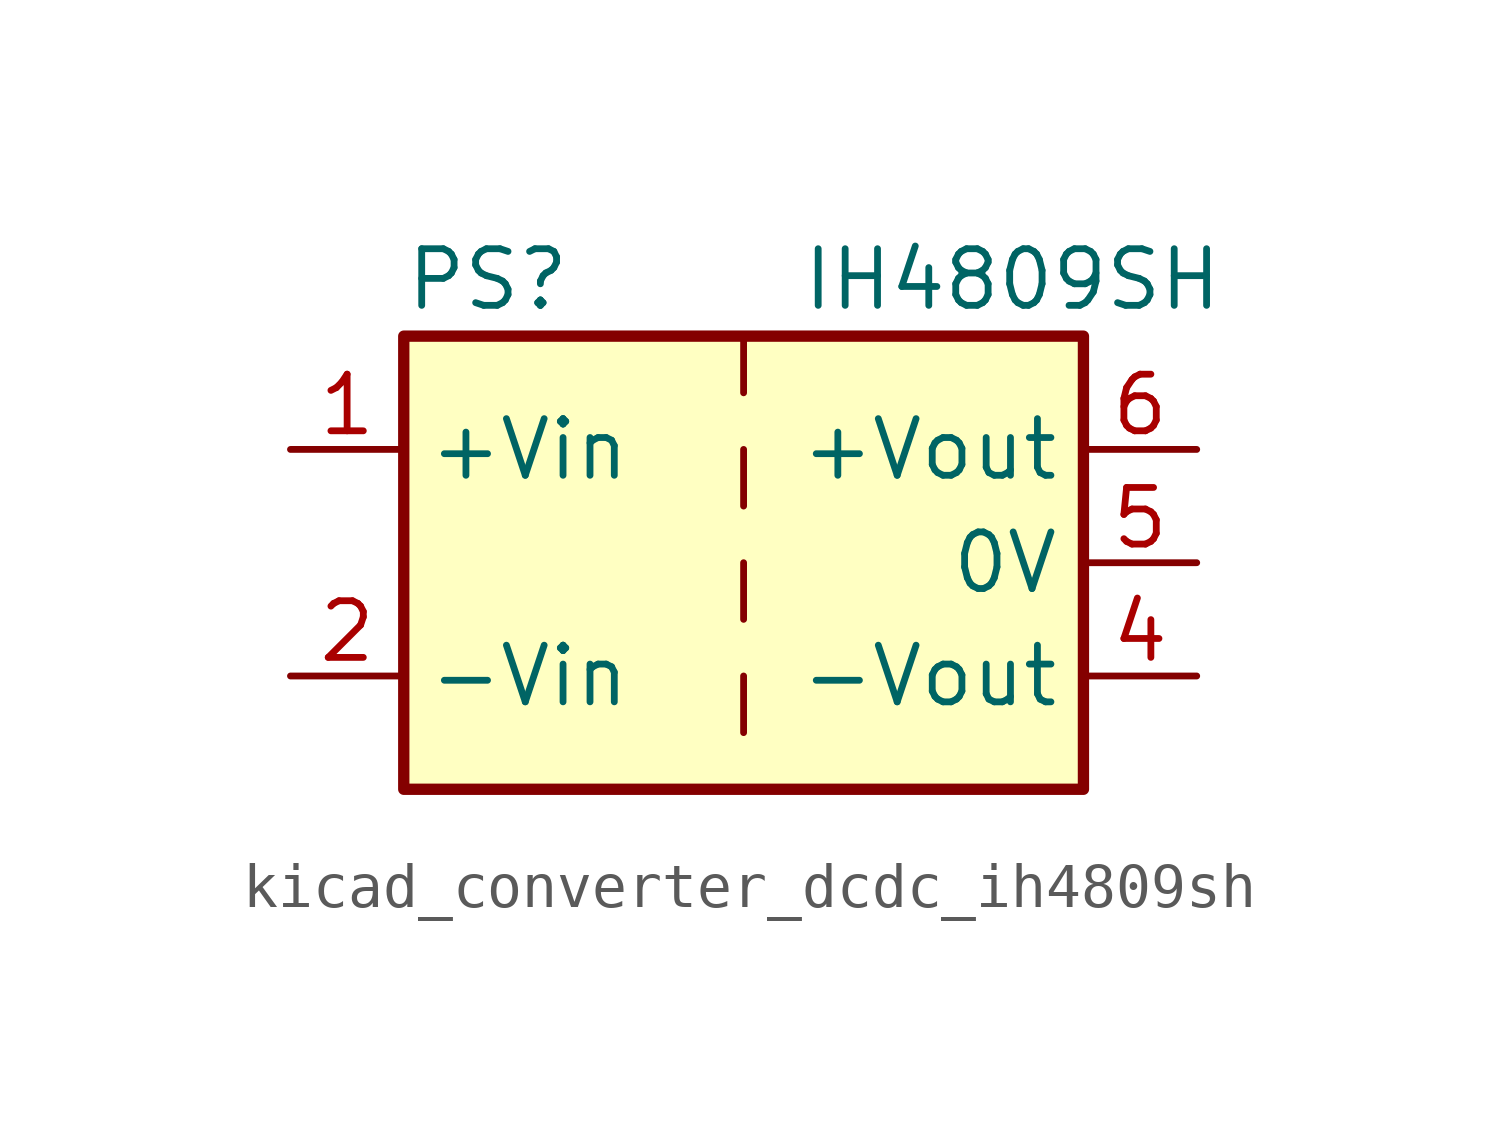
<source format=kicad_sym>
(kicad_symbol_lib
  (version 20220914)
  (generator kicad_symbol_editor)
  (symbol "kicad_converter_dcdc_ih4809sh"
    (property "Reference" "PS"
      (at -7.62 6.35 0)
      (effects (font (size 1.27 1.27)) (justify left)))
    (property "Value" "IH4809SH"
      (at 1.27 6.35 0)
      (effects (font (size 1.27 1.27)) (justify left)))
    (symbol "kicad_converter_dcdc_ih4809sh_0_0"
      (pin power_in line (at -10.16 2.54 0) (length 2.54) (name "+Vin" (effects (font (size 1.27 1.27)))) (number "1" (effects (font (size 1.27 1.27)))))
      (pin power_in line (at -10.16 -2.54 0) (length 2.54) (name "-Vin" (effects (font (size 1.27 1.27)))) (number "2" (effects (font (size 1.27 1.27)))))
      (pin power_out line (at 10.16 -2.54 180) (length 2.54) (name "-Vout" (effects (font (size 1.27 1.27)))) (number "4" (effects (font (size 1.27 1.27)))))
      (pin power_out line (at 10.16 0 180) (length 2.54) (name "0V" (effects (font (size 1.27 1.27)))) (number "5" (effects (font (size 1.27 1.27)))))
      (pin power_out line (at 10.16 2.54 180) (length 2.54) (name "+Vout" (effects (font (size 1.27 1.27)))) (number "6" (effects (font (size 1.27 1.27))))))
    (symbol "kicad_converter_dcdc_ih4809sh_0_1"
      (rectangle (start -7.62 5.08) (end 7.62 -5.08) (stroke (width 0.254) (type default)) (fill (type background)))
      (polyline (pts (xy 0 -2.54) (xy 0 -3.81)) (stroke (width 0) (type default)) (fill (type none)))
      (polyline (pts (xy 0 0) (xy 0 -1.27)) (stroke (width 0) (type default)) (fill (type none)))
      (polyline (pts (xy 0 2.54) (xy 0 1.27)) (stroke (width 0) (type default)) (fill (type none)))
      (polyline (pts (xy 0 5.08) (xy 0 3.81)) (stroke (width 0) (type default)) (fill (type none))))))
</source>
